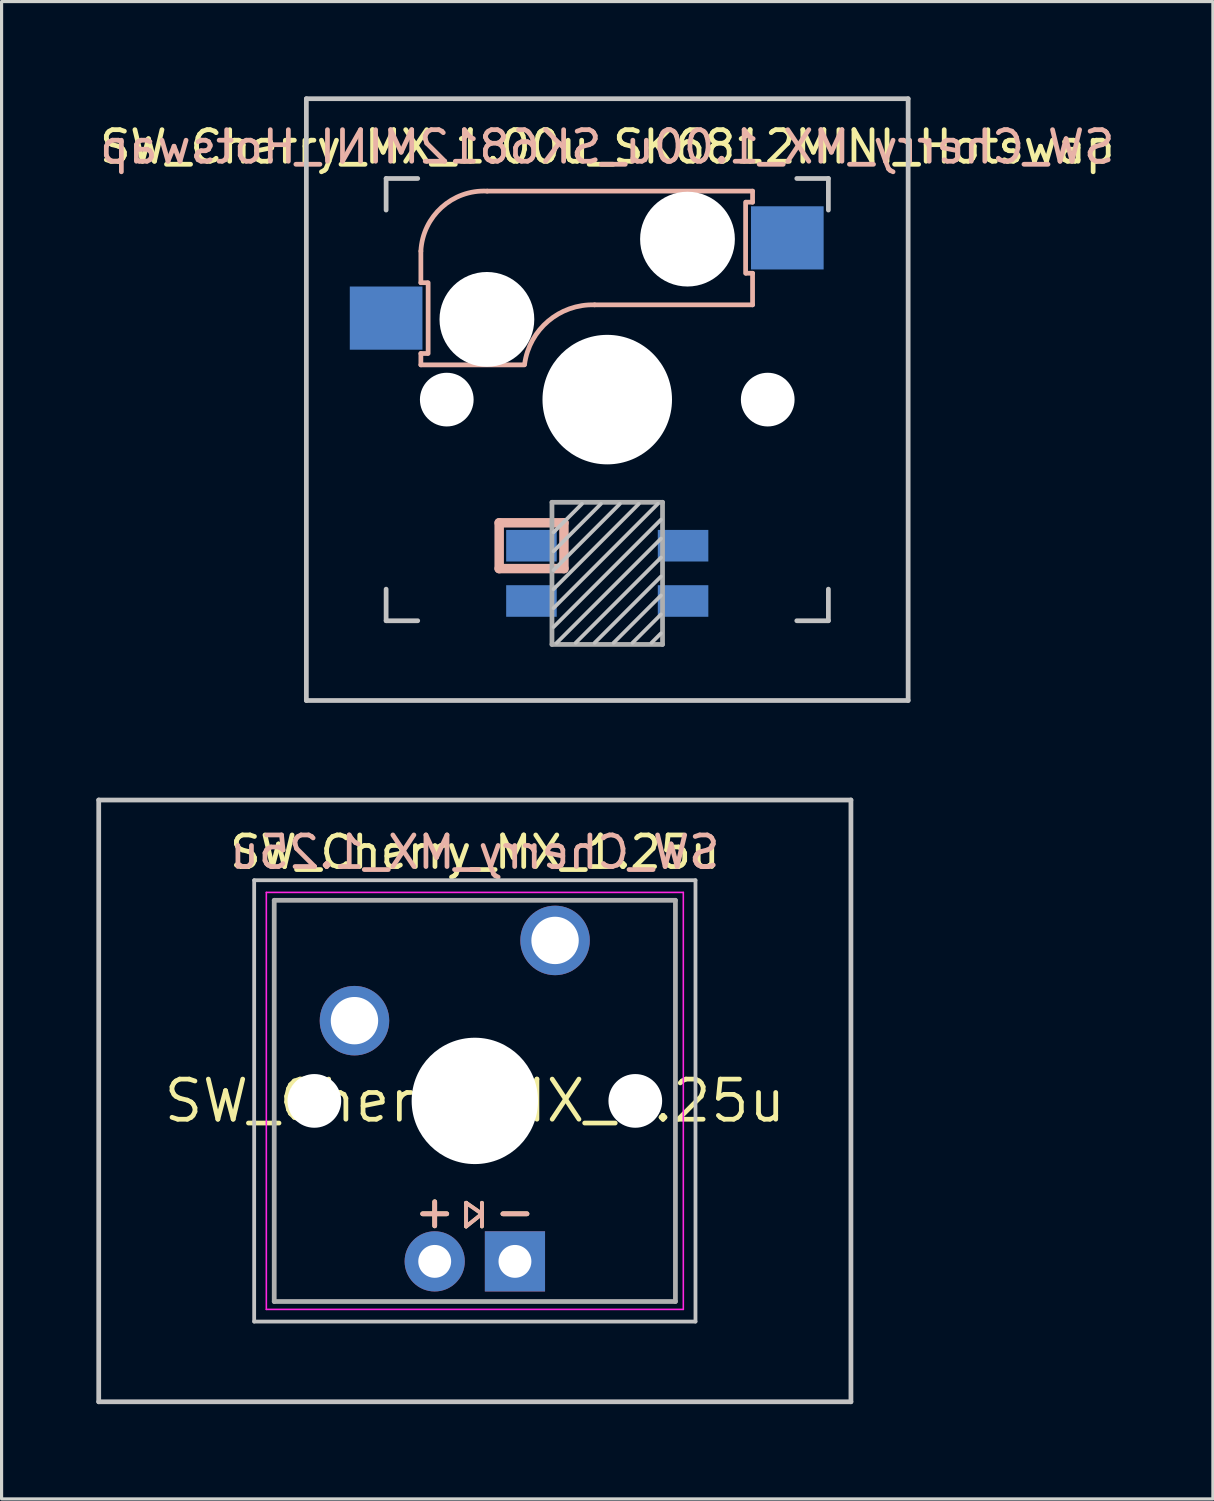
<source format=kicad_pcb>
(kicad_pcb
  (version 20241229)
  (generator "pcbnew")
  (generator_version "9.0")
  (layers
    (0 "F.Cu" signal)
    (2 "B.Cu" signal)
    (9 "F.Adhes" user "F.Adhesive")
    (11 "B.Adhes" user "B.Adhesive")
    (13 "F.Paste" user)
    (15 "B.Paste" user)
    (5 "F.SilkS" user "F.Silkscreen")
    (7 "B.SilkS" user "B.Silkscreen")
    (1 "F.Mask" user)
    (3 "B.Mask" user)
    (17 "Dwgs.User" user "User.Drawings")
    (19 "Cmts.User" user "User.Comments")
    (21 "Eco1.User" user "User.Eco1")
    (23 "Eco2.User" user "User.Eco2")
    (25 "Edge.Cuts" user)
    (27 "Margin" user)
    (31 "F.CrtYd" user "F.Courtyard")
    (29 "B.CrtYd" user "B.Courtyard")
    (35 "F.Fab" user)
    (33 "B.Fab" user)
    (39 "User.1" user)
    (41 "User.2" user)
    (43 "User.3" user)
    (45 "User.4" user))
  (footprint "SW_Cherry_MX_1.25u"
    (layer "F.Cu")
    (at 11.981 31.8)
    (property "Reference" "SW_Cherry_MX_1.25u" (at 0 0 0) (layer "F.SilkS") (effects (font (size 1.27 1.27) (thickness 0.15))))
    (attr through_hole)
    (fp_line (start -0.275 3.225) (end -0.275 3.975) (stroke (width 0.12) (type solid)) (layer "F.SilkS"))
    (fp_line (start -0.275 3.975) (end 0.225 3.575) (stroke (width 0.12) (type solid)) (layer "F.SilkS"))
    (fp_line (start 0.225 3.225) (end 0.225 3.975) (stroke (width 0.12) (type solid)) (layer "F.SilkS"))
    (fp_line (start 0.225 3.575) (end -0.275 3.225) (stroke (width 0.12) (type solid)) (layer "F.SilkS"))
    (fp_line (start -0.275 3.225) (end -0.275 3.975) (stroke (width 0.12) (type solid)) (layer "B.SilkS"))
    (fp_line (start -0.275 3.975) (end 0.225 3.575) (stroke (width 0.12) (type solid)) (layer "B.SilkS"))
    (fp_line (start 0.225 3.225) (end 0.225 3.975) (stroke (width 0.12) (type solid)) (layer "B.SilkS"))
    (fp_line (start 0.225 3.575) (end -0.275 3.225) (stroke (width 0.12) (type solid)) (layer "B.SilkS"))
    (fp_line (start -11.906 -9.525) (end 11.906 -9.525) (stroke (width 0.15) (type solid)) (layer "Dwgs.User"))
    (fp_line (start -11.906 9.525) (end -11.906 -9.525) (stroke (width 0.15) (type solid)) (layer "Dwgs.User"))
    (fp_line (start -11.906 9.525) (end 11.906 9.525) (stroke (width 0.15) (type solid)) (layer "Dwgs.User"))
    (fp_line (start -6.985 -6.985) (end 6.985 -6.985) (stroke (width 0.12) (type solid)) (layer "Dwgs.User"))
    (fp_line (start -6.985 6.985) (end -6.985 -6.985) (stroke (width 0.12) (type solid)) (layer "Dwgs.User"))
    (fp_line (start 6.985 -6.985) (end 6.985 6.985) (stroke (width 0.12) (type solid)) (layer "Dwgs.User"))
    (fp_line (start 6.985 6.985) (end -6.985 6.985) (stroke (width 0.12) (type solid)) (layer "Dwgs.User"))
    (fp_line (start 11.906 -9.525) (end 11.906 9.525) (stroke (width 0.15) (type solid)) (layer "Dwgs.User"))
    (fp_line (start -6.985 -6.985) (end 6.985 -6.985) (stroke (width 0.05) (type solid)) (layer "Eco1.User"))
    (fp_line (start -6.985 6.985) (end -6.985 -6.985) (stroke (width 0.05) (type solid)) (layer "Eco1.User"))
    (fp_line (start 6.985 -6.985) (end 6.985 6.985) (stroke (width 0.05) (type solid)) (layer "Eco1.User"))
    (fp_line (start 6.985 6.985) (end -6.985 6.985) (stroke (width 0.05) (type solid)) (layer "Eco1.User"))
    (fp_line (start -6.6 -6.6) (end 6.6 -6.6) (stroke (width 0.05) (type solid)) (layer "F.CrtYd"))
    (fp_line (start -6.6 6.6) (end -6.6 -6.6) (stroke (width 0.05) (type solid)) (layer "F.CrtYd"))
    (fp_line (start 6.6 -6.6) (end 6.6 6.6) (stroke (width 0.05) (type solid)) (layer "F.CrtYd"))
    (fp_line (start 6.6 6.6) (end -6.6 6.6) (stroke (width 0.05) (type solid)) (layer "F.CrtYd"))
    (fp_line (start -6.35 -6.35) (end 6.35 -6.35) (stroke (width 0.15) (type solid)) (layer "F.Fab"))
    (fp_line (start -6.35 6.35) (end -6.35 -6.35) (stroke (width 0.15) (type solid)) (layer "F.Fab"))
    (fp_line (start 6.35 -6.35) (end 6.35 6.35) (stroke (width 0.15) (type solid)) (layer "F.Fab"))
    (fp_line (start 6.35 6.35) (end -6.35 6.35) (stroke (width 0.15) (type solid)) (layer "F.Fab"))
    (fp_text user "${REFERENCE}" (at 0 -7.874 0) (layer "F.SilkS") (effects (font (size 1 1) (thickness 0.15))))
    (fp_text user "+" (at -1.27 3.5 0) (layer "F.SilkS") (effects (font (size 1 1) (thickness 0.15))))
    (fp_text user "-" (at 1.27 3.5 0) (layer "F.SilkS") (effects (font (size 1 1) (thickness 0.15))))
    (fp_text user "${REFERENCE}" (at 0 -7.874 0) (layer "B.SilkS") (effects (font (size 1 1) (thickness 0.15)) (justify mirror)))
    (fp_text user "-" (at 1.27 3.5 0) (layer "B.SilkS") (effects (font (size 1 1) (thickness 0.15))))
    (fp_text user "+" (at -1.27 3.5 0) (layer "B.SilkS") (effects (font (size 1 1) (thickness 0.15))))
    (pad "" np_thru_hole circle (at -5.08 0) (size 1.7 1.7) (drill 1.7) (layers "*.Cu" "*.Mask"))
    (pad "" np_thru_hole circle (at 0 0) (size 4 4) (drill 4) (layers "*.Cu" "*.Mask"))
    (pad "" np_thru_hole circle (at 5.08 0) (size 1.7 1.7) (drill 1.7) (layers "*.Cu" "*.Mask"))
    (pad "1" thru_hole circle (at 2.54 -5.08) (size 2.2 2.2) (drill 1.5) (layers "*.Cu" "*.Mask"))
    (pad "2" thru_hole circle (at -3.81 -2.54) (size 2.2 2.2) (drill 1.5) (layers "*.Cu" "*.Mask"))
    (pad "3" thru_hole circle (at -1.27 5.08) (size 1.905 1.905) (drill 1.04) (layers "*.Cu" "*.Mask"))
    (pad "4" thru_hole rect (at 1.27 5.08) (size 1.905 1.905) (drill 1.04) (layers "*.Cu" "*.Mask")))
  (footprint "SW_Cherry_MX_1.00u_SK6812MINI_Hotswap"
    (layer "F.Cu")
    (at 16.173 9.6)
    (property "Reference" "SW_Cherry_MX_1.00u_SK6812MINI_Hotswap" (at 0 -8 0) (unlocked yes) (layer "F.SilkS") (effects (font (size 1 1) (thickness 0.15))))
    (attr through_hole)
    (fp_line (start -5.9 -4.7) (end -5.9 -3.7) (stroke (width 0.15) (type solid)) (layer "B.SilkS"))
    (fp_line (start -5.9 -3.7) (end -5.7 -3.7) (stroke (width 0.15) (type solid)) (layer "B.SilkS"))
    (fp_line (start -5.9 -1.1) (end -5.9 -1.46) (stroke (width 0.15) (type solid)) (layer "B.SilkS"))
    (fp_line (start -5.9 -1.1) (end -2.62 -1.1) (stroke (width 0.15) (type solid)) (layer "B.SilkS"))
    (fp_line (start -5.7 -1.46) (end -5.9 -1.46) (stroke (width 0.15) (type solid)) (layer "B.SilkS"))
    (fp_line (start -5.67 -3.7) (end -5.67 -1.46) (stroke (width 0.15) (type solid)) (layer "B.SilkS"))
    (fp_line (start -3.421 3.9) (end -1.371 3.9) (stroke (width 0.3) (type solid)) (layer "B.SilkS"))
    (fp_line (start -3.421 5.35) (end -3.421 3.9) (stroke (width 0.3) (type solid)) (layer "B.SilkS"))
    (fp_line (start -1.371 3.9) (end -1.371 5.35) (stroke (width 0.3) (type solid)) (layer "B.SilkS"))
    (fp_line (start -1.371 5.35) (end -3.421 5.35) (stroke (width 0.3) (type solid)) (layer "B.SilkS"))
    (fp_line (start -0.4 -3) (end 4.6 -3) (stroke (width 0.15) (type solid)) (layer "B.SilkS"))
    (fp_line (start 4.38 -4) (end 4.38 -6.25) (stroke (width 0.15) (type solid)) (layer "B.SilkS"))
    (fp_line (start 4.4 -6.25) (end 4.6 -6.25) (stroke (width 0.15) (type solid)) (layer "B.SilkS"))
    (fp_line (start 4.6 -6.6) (end -3.8 -6.6) (stroke (width 0.15) (type solid)) (layer "B.SilkS"))
    (fp_line (start 4.6 -6.25) (end 4.6 -6.6) (stroke (width 0.15) (type solid)) (layer "B.SilkS"))
    (fp_line (start 4.6 -4) (end 4.4 -4) (stroke (width 0.15) (type solid)) (layer "B.SilkS"))
    (fp_line (start 4.6 -3) (end 4.6 -4) (stroke (width 0.15) (type solid)) (layer "B.SilkS"))
    (fp_arc (start -5.9 -4.699999) (mid -5.243504 -6.084924) (end -3.800001 -6.6) (stroke (width 0.15) (type solid)) (layer "B.SilkS"))
    (fp_arc (start -2.616318 -1.121471) (mid -1.868709 -2.486118) (end -0.4 -3) (stroke (width 0.15) (type solid)) (layer "B.SilkS"))
    (fp_line (start -9.525 -9.525) (end 9.525 -9.525) (stroke (width 0.15) (type solid)) (layer "Dwgs.User"))
    (fp_line (start -9.525 9.525) (end -9.525 -9.525) (stroke (width 0.15) (type solid)) (layer "Dwgs.User"))
    (fp_line (start -7 -7) (end -6 -7) (stroke (width 0.15) (type solid)) (layer "Dwgs.User"))
    (fp_line (start -7 -6) (end -7 -7) (stroke (width 0.15) (type solid)) (layer "Dwgs.User"))
    (fp_line (start -7 6) (end -7 7) (stroke (width 0.15) (type solid)) (layer "Dwgs.User"))
    (fp_line (start -7 7) (end -6 7) (stroke (width 0.15) (type solid)) (layer "Dwgs.User"))
    (fp_line (start -0.8 3.3) (end -1.7 4.2) (stroke (width 0.12) (type solid)) (layer "Dwgs.User"))
    (fp_line (start -0.2 3.3) (end -1.7 4.8) (stroke (width 0.12) (type solid)) (layer "Dwgs.User"))
    (fp_line (start 0.4 3.3) (end -1.7 5.4) (stroke (width 0.12) (type solid)) (layer "Dwgs.User"))
    (fp_line (start 1 3.3) (end -1.7 6) (stroke (width 0.12) (type solid)) (layer "Dwgs.User"))
    (fp_line (start 1.6 3.3) (end -1.7 6.6) (stroke (width 0.12) (type solid)) (layer "Dwgs.User"))
    (fp_line (start 1.7 3.8) (end -1.7 7.2) (stroke (width 0.12) (type solid)) (layer "Dwgs.User"))
    (fp_line (start 1.7 4.4) (end -1.6 7.7) (stroke (width 0.12) (type solid)) (layer "Dwgs.User"))
    (fp_line (start 1.7 5) (end -1 7.7) (stroke (width 0.12) (type solid)) (layer "Dwgs.User"))
    (fp_line (start 1.7 5.6) (end -0.4 7.7) (stroke (width 0.12) (type solid)) (layer "Dwgs.User"))
    (fp_line (start 1.7 6.2) (end 0.2 7.7) (stroke (width 0.12) (type solid)) (layer "Dwgs.User"))
    (fp_line (start 1.7 6.8) (end 0.8 7.7) (stroke (width 0.12) (type solid)) (layer "Dwgs.User"))
    (fp_line (start 1.7 7.4) (end 1.4 7.7) (stroke (width 0.12) (type solid)) (layer "Dwgs.User"))
    (fp_line (start 6 7) (end 7 7) (stroke (width 0.15) (type solid)) (layer "Dwgs.User"))
    (fp_line (start 7 -7) (end 6 -7) (stroke (width 0.15) (type solid)) (layer "Dwgs.User"))
    (fp_line (start 7 -7) (end 7 -6) (stroke (width 0.15) (type solid)) (layer "Dwgs.User"))
    (fp_line (start 7 7) (end 7 6) (stroke (width 0.15) (type solid)) (layer "Dwgs.User"))
    (fp_line (start 9.525 -9.525) (end 9.525 9.525) (stroke (width 0.15) (type solid)) (layer "Dwgs.User"))
    (fp_line (start 9.525 9.525) (end -9.525 9.525) (stroke (width 0.15) (type solid)) (layer "Dwgs.User"))
    (fp_line (start -6.985 -6.985) (end 6.985 -6.985) (stroke (width 0.05) (type solid)) (layer "Eco1.User"))
    (fp_line (start -6.985 6.985) (end -6.985 -6.985) (stroke (width 0.05) (type solid)) (layer "Eco1.User"))
    (fp_line (start 6.985 -6.985) (end 6.985 6.985) (stroke (width 0.05) (type solid)) (layer "Eco1.User"))
    (fp_line (start 6.985 6.985) (end -6.985 6.985) (stroke (width 0.05) (type solid)) (layer "Eco1.User"))
    (fp_line (start -1.75 3.25) (end -1.75 7.75) (stroke (width 0.15) (type solid)) (layer "F.Fab"))
    (fp_line (start -1.75 3.25) (end 1.75 3.25) (stroke (width 0.15) (type solid)) (layer "F.Fab"))
    (fp_line (start 1.75 3.25) (end 1.75 7.75) (stroke (width 0.15) (type solid)) (layer "F.Fab"))
    (fp_line (start 1.75 7.75) (end -1.75 7.75) (stroke (width 0.15) (type solid)) (layer "F.Fab"))
    (fp_text user "${REFERENCE}" (at 0 -8 0) (layer "B.SilkS") (effects (font (size 1 1) (thickness 0.15)) (justify mirror)))
    (pad "" np_thru_hole circle (at -5.08 0) (size 1.7 1.7) (drill 1.7) (layers "*.Cu" "*.Mask"))
    (pad "" np_thru_hole circle (at -3.81 -2.54 180) (size 3 3) (drill 3) (layers "*.Cu" "*.Mask"))
    (pad "" np_thru_hole circle (at 0 0 90) (size 4.1 4.1) (drill 4.1) (layers "*.Cu" "*.Mask"))
    (pad "" np_thru_hole circle (at 2.54 -5.08 180) (size 3 3) (drill 3) (layers "*.Cu" "*.Mask"))
    (pad "" np_thru_hole circle (at 5.08 0) (size 1.7 1.7) (drill 1.7) (layers "*.Cu" "*.Mask"))
    (pad "1" smd rect (at -2.4 4.625) (size 1.6 1) (layers "B.Cu" "B.Mask" "B.Paste"))
    (pad "2" smd rect (at -2.4 6.375) (size 1.6 1) (layers "B.Cu" "B.Mask" "B.Paste"))
    (pad "3" smd rect (at 2.4 6.375) (size 1.6 1) (layers "B.Cu" "B.Mask" "B.Paste"))
    (pad "4" smd rect (at 2.4 4.625) (size 1.6 1) (layers "B.Cu" "B.Mask" "B.Paste"))
    (pad "5" smd rect (at -7 -2.58 180) (size 2.3 2) (layers "B.Cu" "B.Mask" "B.Paste"))
    (pad "6" smd rect (at 5.7 -5.12 180) (size 2.3 2) (layers "B.Cu" "B.Mask" "B.Paste")))
  (gr_rect
    (start -3 -3)
    (end 35.345 44.4)
    (stroke (width 0.1) (type default))
    (fill no)
    (layer "Edge.Cuts")))
</source>
